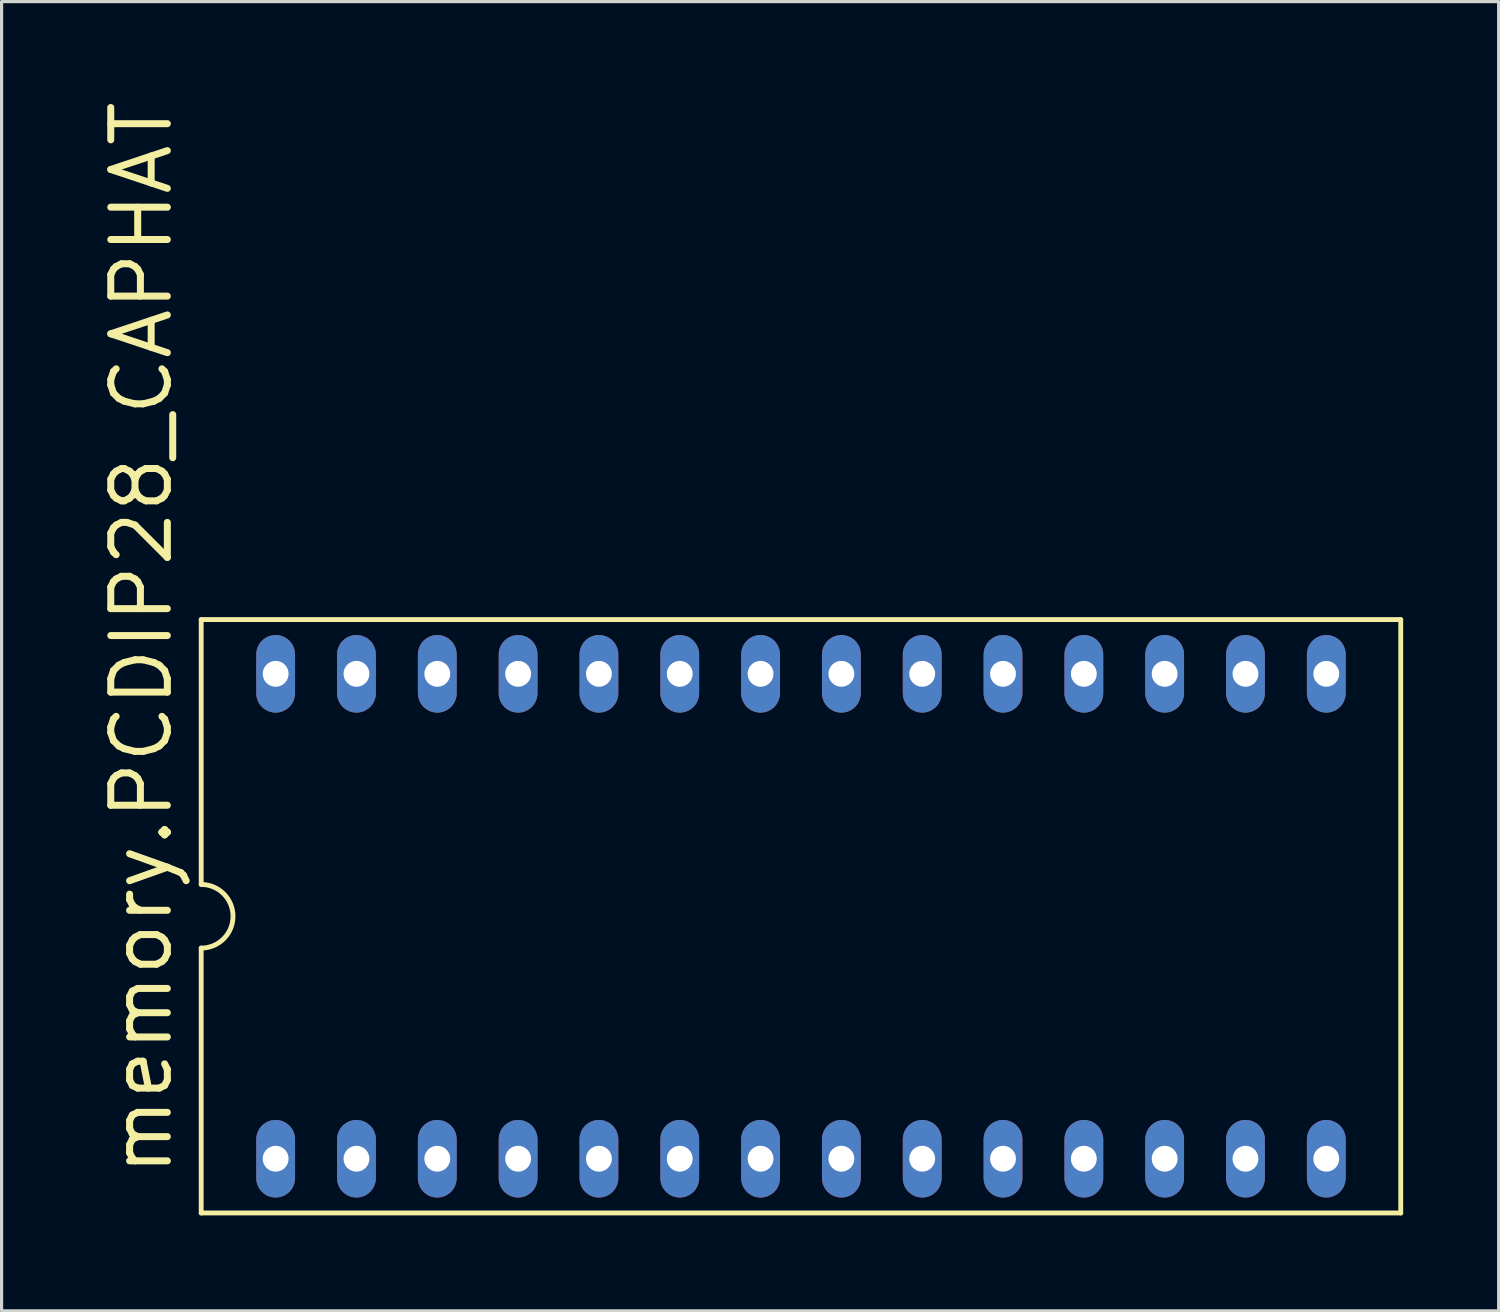
<source format=kicad_pcb>
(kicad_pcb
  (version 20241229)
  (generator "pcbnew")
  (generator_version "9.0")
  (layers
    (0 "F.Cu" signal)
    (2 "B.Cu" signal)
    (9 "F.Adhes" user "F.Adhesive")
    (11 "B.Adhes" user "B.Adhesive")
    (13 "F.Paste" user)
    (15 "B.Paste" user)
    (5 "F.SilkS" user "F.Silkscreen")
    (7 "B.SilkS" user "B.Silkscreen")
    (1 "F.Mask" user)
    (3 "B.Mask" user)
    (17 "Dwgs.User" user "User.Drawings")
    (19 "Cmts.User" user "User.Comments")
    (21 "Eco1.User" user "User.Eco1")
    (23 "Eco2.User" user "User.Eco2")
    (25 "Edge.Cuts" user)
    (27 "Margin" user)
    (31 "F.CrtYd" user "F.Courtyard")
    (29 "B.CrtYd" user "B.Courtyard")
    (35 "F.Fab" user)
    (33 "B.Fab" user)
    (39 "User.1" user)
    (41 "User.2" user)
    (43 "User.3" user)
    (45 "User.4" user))
  (footprint "memory.PCDIP28_CAPHAT"
    (layer "F.Cu")
    (at 22.123 25.747)
    (property "Reference" "memory.PCDIP28_CAPHAT" (at -19.685 8.255 90) (layer "F.SilkS") (effects (font (size 1.778 1.778) (thickness 0.22)) (justify left bottom)))
    (attr through_hole)
    (fp_line (start -18.85 -9.325) (end -18.85 -1) (stroke (width 0.152) (type default)) (layer "F.SilkS"))
    (fp_line (start -18.85 9.325) (end -18.85 1) (stroke (width 0.152) (type default)) (layer "F.SilkS"))
    (fp_line (start -18.85 9.325) (end 18.85 9.325) (stroke (width 0.152) (type default)) (layer "F.SilkS"))
    (fp_line (start 18.85 -9.325) (end -18.85 -9.325) (stroke (width 0.152) (type default)) (layer "F.SilkS"))
    (fp_line (start 18.85 -9.325) (end 18.85 9.325) (stroke (width 0.152) (type default)) (layer "F.SilkS"))
    (fp_arc (start -18.85 -1) (mid -17.85 0) (end -18.85 1) (stroke (width 0.1524) (type default)) (layer "F.SilkS"))
    (pad "1" thru_hole oval (at -16.51 7.62 90) (size 2.438 1.219) (drill 0.813) (layers "*.Cu" "*.Mask"))
    (pad "2" thru_hole oval (at -13.97 7.62 90) (size 2.438 1.219) (drill 0.813) (layers "*.Cu" "*.Mask"))
    (pad "3" thru_hole oval (at -11.43 7.62 90) (size 2.438 1.219) (drill 0.813) (layers "*.Cu" "*.Mask"))
    (pad "4" thru_hole oval (at -8.89 7.62 90) (size 2.438 1.219) (drill 0.813) (layers "*.Cu" "*.Mask"))
    (pad "5" thru_hole oval (at -6.35 7.62 90) (size 2.438 1.219) (drill 0.813) (layers "*.Cu" "*.Mask"))
    (pad "6" thru_hole oval (at -3.81 7.62 90) (size 2.438 1.219) (drill 0.813) (layers "*.Cu" "*.Mask"))
    (pad "7" thru_hole oval (at -1.27 7.62 90) (size 2.438 1.219) (drill 0.813) (layers "*.Cu" "*.Mask"))
    (pad "8" thru_hole oval (at 1.27 7.62 90) (size 2.438 1.219) (drill 0.813) (layers "*.Cu" "*.Mask"))
    (pad "9" thru_hole oval (at 3.81 7.62 90) (size 2.438 1.219) (drill 0.813) (layers "*.Cu" "*.Mask"))
    (pad "10" thru_hole oval (at 6.35 7.62 90) (size 2.438 1.219) (drill 0.813) (layers "*.Cu" "*.Mask"))
    (pad "11" thru_hole oval (at 8.89 7.62 90) (size 2.438 1.219) (drill 0.813) (layers "*.Cu" "*.Mask"))
    (pad "12" thru_hole oval (at 11.43 7.62 90) (size 2.438 1.219) (drill 0.813) (layers "*.Cu" "*.Mask"))
    (pad "13" thru_hole oval (at 13.97 7.62 90) (size 2.438 1.219) (drill 0.813) (layers "*.Cu" "*.Mask"))
    (pad "14" thru_hole oval (at 16.51 7.62 90) (size 2.438 1.219) (drill 0.813) (layers "*.Cu" "*.Mask"))
    (pad "15" thru_hole oval (at 16.51 -7.62 90) (size 2.438 1.219) (drill 0.813) (layers "*.Cu" "*.Mask"))
    (pad "16" thru_hole oval (at 13.97 -7.62 90) (size 2.438 1.219) (drill 0.813) (layers "*.Cu" "*.Mask"))
    (pad "17" thru_hole oval (at 11.43 -7.62 90) (size 2.438 1.219) (drill 0.813) (layers "*.Cu" "*.Mask"))
    (pad "18" thru_hole oval (at 8.89 -7.62 90) (size 2.438 1.219) (drill 0.813) (layers "*.Cu" "*.Mask"))
    (pad "19" thru_hole oval (at 6.35 -7.62 90) (size 2.438 1.219) (drill 0.813) (layers "*.Cu" "*.Mask"))
    (pad "20" thru_hole oval (at 3.81 -7.62 90) (size 2.438 1.219) (drill 0.813) (layers "*.Cu" "*.Mask"))
    (pad "21" thru_hole oval (at 1.27 -7.62 90) (size 2.438 1.219) (drill 0.813) (layers "*.Cu" "*.Mask"))
    (pad "22" thru_hole oval (at -1.27 -7.62 90) (size 2.438 1.219) (drill 0.813) (layers "*.Cu" "*.Mask"))
    (pad "23" thru_hole oval (at -3.81 -7.62 90) (size 2.438 1.219) (drill 0.813) (layers "*.Cu" "*.Mask"))
    (pad "24" thru_hole oval (at -6.35 -7.62 90) (size 2.438 1.219) (drill 0.813) (layers "*.Cu" "*.Mask"))
    (pad "25" thru_hole oval (at -8.89 -7.62 90) (size 2.438 1.219) (drill 0.813) (layers "*.Cu" "*.Mask"))
    (pad "26" thru_hole oval (at -11.43 -7.62 90) (size 2.438 1.219) (drill 0.813) (layers "*.Cu" "*.Mask"))
    (pad "27" thru_hole oval (at -13.97 -7.62 90) (size 2.438 1.219) (drill 0.813) (layers "*.Cu" "*.Mask"))
    (pad "28" thru_hole oval (at -16.51 -7.62 90) (size 2.438 1.219) (drill 0.813) (layers "*.Cu" "*.Mask")))
  (gr_rect
    (start -3 -3)
    (end 44.049 38.148)
    (stroke (width 0.1) (type default))
    (fill no)
    (layer "Edge.Cuts")))
</source>
